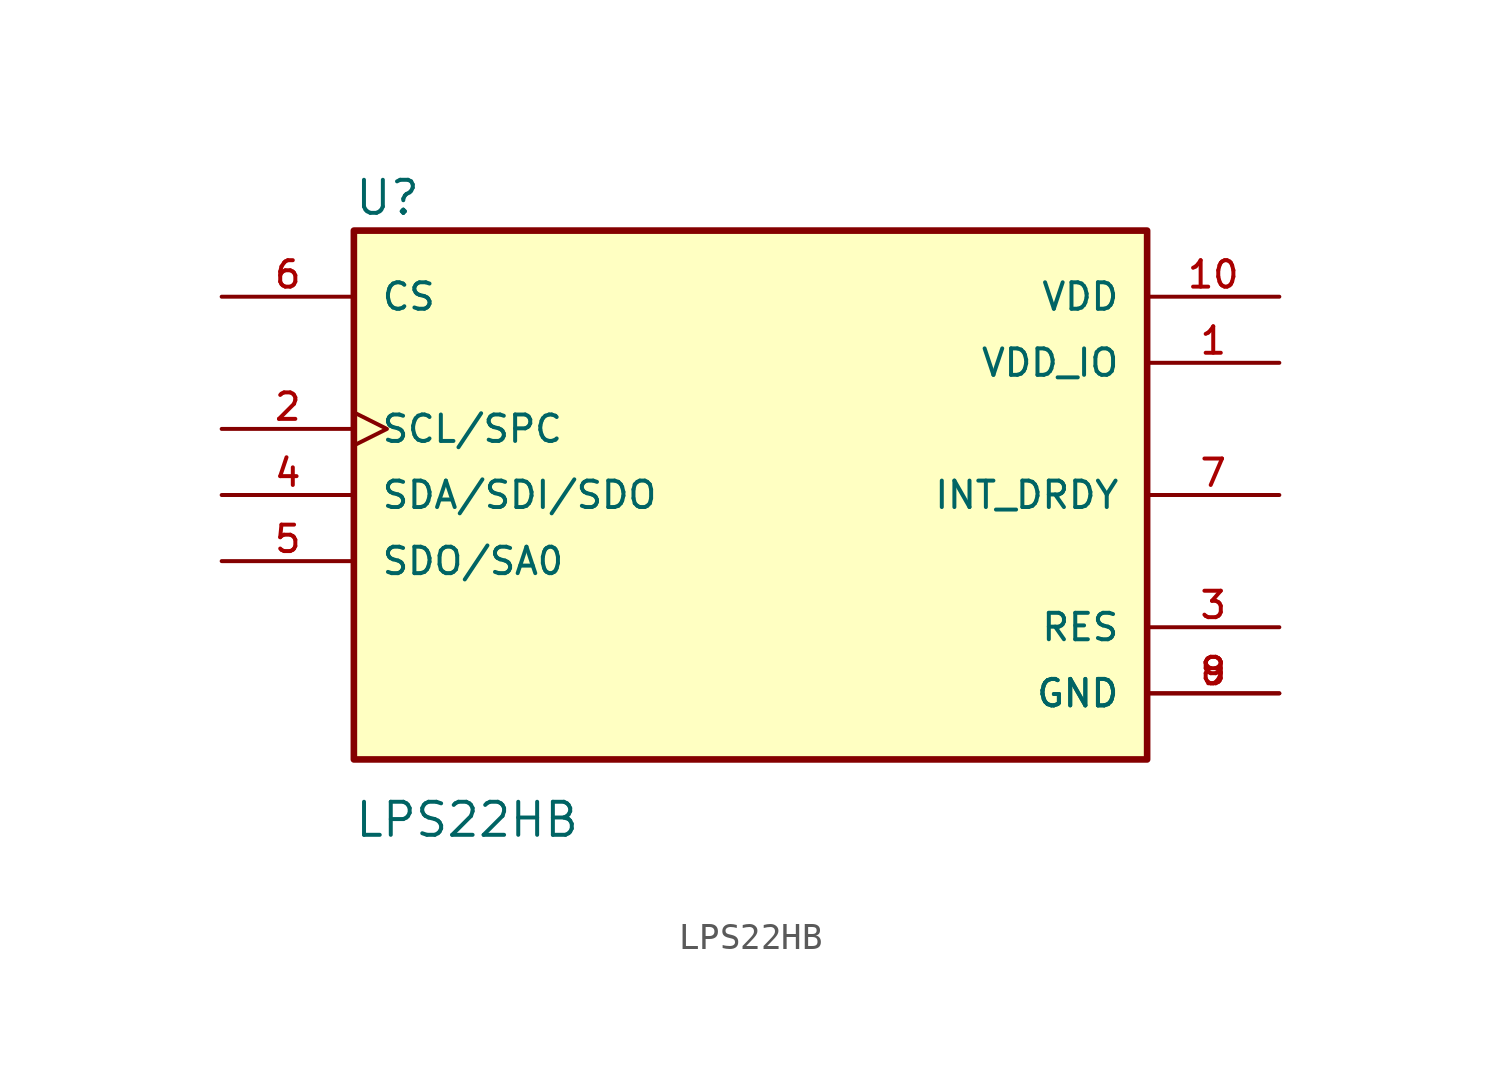
<source format=kicad_sym>
(kicad_symbol_lib
  (version 20211014)
  (generator kicad_symbol_editor)
  (symbol "LPS22HB"
    (pin_names
      (offset 1.016))
    (property "Reference" "U"
      (at -15.255 10.679 0)
      (effects (font (size 1.27 1.27)) (justify bottom left)))
    (property "Value" "LPS22HB"
      (at -15.253 -13.22 0)
      (effects (font (size 1.27 1.27)) (justify bottom left)))
    (symbol "LPS22HB_0_0"
      (rectangle (start -15.24 -10.16) (end 15.24 10.16) (stroke (width 0.254)) (fill (type background)))
      (pin power_in line (at 20.32 5.08 180.0) (length 5.08) (name "VDD_IO" (effects (font (size 1.016 1.016)))) (number "1" (effects (font (size 1.016 1.016)))))
      (pin input clock (at -20.32 2.54 0) (length 5.08) (name "SCL/SPC" (effects (font (size 1.016 1.016)))) (number "2" (effects (font (size 1.016 1.016)))))
      (pin power_in line (at 20.32 -5.08 180.0) (length 5.08) (name "RES" (effects (font (size 1.016 1.016)))) (number "3" (effects (font (size 1.016 1.016)))))
      (pin bidirectional line (at -20.32 0.0 0) (length 5.08) (name "SDA/SDI/SDO" (effects (font (size 1.016 1.016)))) (number "4" (effects (font (size 1.016 1.016)))))
      (pin bidirectional line (at -20.32 -2.54 0) (length 5.08) (name "SDO/SA0" (effects (font (size 1.016 1.016)))) (number "5" (effects (font (size 1.016 1.016)))))
      (pin input line (at -20.32 7.62 0) (length 5.08) (name "CS" (effects (font (size 1.016 1.016)))) (number "6" (effects (font (size 1.016 1.016)))))
      (pin output line (at 20.32 0.0 180.0) (length 5.08) (name "INT_DRDY" (effects (font (size 1.016 1.016)))) (number "7" (effects (font (size 1.016 1.016)))))
      (pin power_in line (at 20.32 -7.62 180.0) (length 5.08) (name "GND" (effects (font (size 1.016 1.016)))) (number "8" (effects (font (size 1.016 1.016)))))
      (pin power_in line (at 20.32 -7.62 180.0) (length 5.08) (name "GND" (effects (font (size 1.016 1.016)))) (number "9" (effects (font (size 1.016 1.016)))))
      (pin power_in line (at 20.32 7.62 180.0) (length 5.08) (name "VDD" (effects (font (size 1.016 1.016)))) (number "10" (effects (font (size 1.016 1.016))))))))
</source>
